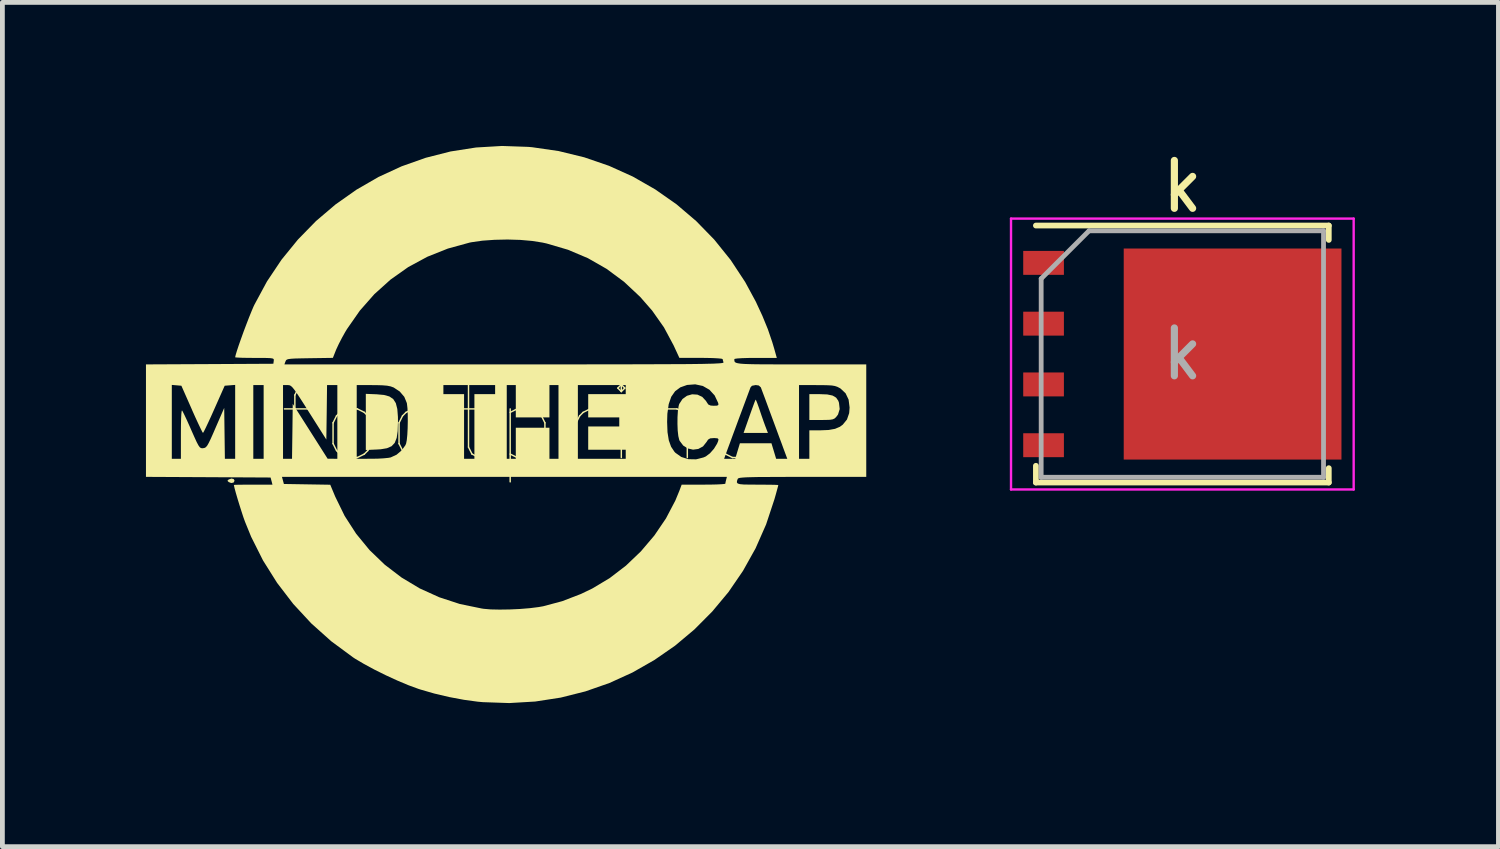
<source format=kicad_pcb>
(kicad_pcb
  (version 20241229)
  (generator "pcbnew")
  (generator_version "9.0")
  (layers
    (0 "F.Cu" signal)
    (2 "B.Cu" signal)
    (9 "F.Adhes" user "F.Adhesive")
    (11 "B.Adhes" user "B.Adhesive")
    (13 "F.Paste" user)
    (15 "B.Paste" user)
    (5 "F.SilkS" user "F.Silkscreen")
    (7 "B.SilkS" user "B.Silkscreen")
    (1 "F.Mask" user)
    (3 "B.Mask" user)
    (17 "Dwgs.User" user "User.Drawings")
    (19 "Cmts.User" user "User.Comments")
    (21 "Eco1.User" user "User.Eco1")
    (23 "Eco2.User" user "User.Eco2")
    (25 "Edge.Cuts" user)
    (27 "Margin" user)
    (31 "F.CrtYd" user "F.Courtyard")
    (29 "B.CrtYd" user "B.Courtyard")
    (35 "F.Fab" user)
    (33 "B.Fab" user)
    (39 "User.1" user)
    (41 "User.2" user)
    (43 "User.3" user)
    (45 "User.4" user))
  (footprint "k"
    (layer "F.Cu")
    (at 21.656 4.348)
    (property "Reference" "k" (at 0 -3.5 0) (layer "F.SilkS") (effects (font (size 1 1) (thickness 0.15))))
    (attr smd)
    (fp_line (start -3.06 2.335) (end -3.06 2.685) (stroke (width 0.12) (type solid)) (layer "F.SilkS"))
    (fp_line (start 3.06 -2.685) (end -3.06 -2.685) (stroke (width 0.12) (type solid)) (layer "F.SilkS"))
    (fp_line (start 3.06 -2.385) (end 3.06 -2.685) (stroke (width 0.12) (type solid)) (layer "F.SilkS"))
    (fp_line (start 3.06 2.385) (end 3.06 2.685) (stroke (width 0.12) (type solid)) (layer "F.SilkS"))
    (fp_line (start 3.06 2.685) (end -3.06 2.685) (stroke (width 0.12) (type solid)) (layer "F.SilkS"))
    (fp_line (start -3.58 -2.83) (end -3.58 2.83) (stroke (width 0.05) (type solid)) (layer "F.CrtYd"))
    (fp_line (start -3.58 2.83) (end 3.58 2.83) (stroke (width 0.05) (type solid)) (layer "F.CrtYd"))
    (fp_line (start 3.58 -2.83) (end -3.58 -2.83) (stroke (width 0.05) (type solid)) (layer "F.CrtYd"))
    (fp_line (start 3.58 2.83) (end 3.58 -2.83) (stroke (width 0.05) (type solid)) (layer "F.CrtYd"))
    (fp_line (start -2.95 2.575) (end -2.95 -1.575) (stroke (width 0.1) (type solid)) (layer "F.Fab"))
    (fp_line (start -1.95 -2.575) (end -2.95 -1.575) (stroke (width 0.1) (type solid)) (layer "F.Fab"))
    (fp_line (start -1.95 -2.575) (end 2.95 -2.575) (stroke (width 0.1) (type solid)) (layer "F.Fab"))
    (fp_line (start 2.95 -2.575) (end 2.95 2.575) (stroke (width 0.1) (type solid)) (layer "F.Fab"))
    (fp_line (start 2.95 2.575) (end -2.95 2.575) (stroke (width 0.1) (type solid)) (layer "F.Fab"))
    (fp_text user "${REFERENCE}" (at 0 0 0) (layer "F.Fab") (effects (font (size 1 1) (thickness 0.15))))
    (pad "" smd rect (at -0.2 -0.85) (size 1.5 1.5) (layers "F.Paste"))
    (pad "" smd rect (at -0.2 0.85) (size 1.5 1.5) (layers "F.Paste"))
    (pad "" smd custom (at 0.65 0) (size 3.75 4.41) (layers "F.Mask") (options (anchor rect)) (primitives (gr_poly (pts (xy 2.675 -1.605) (xy 1.875 -1.605) (xy 1.875 -2.205) (xy 2.675 -2.205)) (width 0) (fill yes)) (gr_poly (pts (xy 2.675 -0.335) (xy 1.875 -0.335) (xy 1.875 -0.935) (xy 2.675 -0.935)) (width 0) (fill yes)) (gr_poly (pts (xy 2.675 0.935) (xy 1.875 0.935) (xy 1.875 0.335) (xy 2.675 0.335)) (width 0) (fill yes)) (gr_poly (pts (xy 2.675 2.205) (xy 1.875 2.205) (xy 1.875 1.605) (xy 2.675 1.605)) (width 0) (fill yes))))
    (pad "" smd rect (at 1.5 -0.85) (size 1.5 1.5) (layers "F.Paste"))
    (pad "" smd rect (at 1.5 0.85) (size 1.5 1.5) (layers "F.Paste"))
    (pad "" smd rect (at 2.905 -1.905) (size 0.75 0.5) (layers "F.Paste"))
    (pad "" smd rect (at 2.905 -0.635) (size 0.75 0.5) (layers "F.Paste"))
    (pad "" smd rect (at 2.905 0.635) (size 0.75 0.5) (layers "F.Paste"))
    (pad "" smd rect (at 2.905 1.905) (size 0.75 0.5) (layers "F.Paste"))
    (pad "1" smd rect (at -2.9 -1.905) (size 0.85 0.5) (layers "F.Cu" "F.Mask" "F.Paste"))
    (pad "2" smd rect (at -2.9 -0.635) (size 0.85 0.5) (layers "F.Cu" "F.Mask" "F.Paste"))
    (pad "3" smd rect (at -2.9 0.635) (size 0.85 0.5) (layers "F.Cu" "F.Mask" "F.Paste"))
    (pad "4" smd rect (at -2.9 1.905) (size 0.85 0.5) (layers "F.Cu" "F.Mask" "F.Paste"))
    (pad "5" smd rect (at 1.05 0) (size 4.55 4.41) (layers "F.Cu")))
  (footprint "footprint"
    (layer "F.Cu")
    (at 7.647 5.807)
    (property "Reference" "footprint" (at 0 0 0) (layer "F.SilkS") (effects (font (size 1.524 1.524) (thickness 0.03))))
    (attr board_only exclude_from_pos_files exclude_from_bom)
    (fp_poly (pts (xy -5.813 1.154) (xy -5.796 1.189) (xy -5.817 1.227) (xy -5.866 1.236) (xy -5.918 1.216) (xy -5.945 1.19) (xy -5.923 1.166) (xy -5.918 1.162) (xy -5.86 1.142)) (stroke (width 0) (type solid)) (fill yes) (layer "F.SilkS"))
    (fp_poly (pts (xy 5.104 -0.488) (xy 5.128 -0.428) (xy 5.16 -0.339) (xy 5.176 -0.292) (xy 5.217 -0.17) (xy 5.259 -0.05) (xy 5.294 0.046) (xy 5.3 0.061) (xy 5.349 0.189) (xy 4.841 0.189) (xy 4.962 -0.155) (xy 5.007 -0.282) (xy 5.046 -0.389) (xy 5.075 -0.467) (xy 5.091 -0.505) (xy 5.092 -0.508)) (stroke (width 0) (type solid)) (fill yes) (layer "F.SilkS"))
    (fp_poly (pts (xy 6.588 -0.615) (xy 6.699 -0.592) (xy 6.773 -0.549) (xy 6.819 -0.484) (xy 6.834 -0.441) (xy 6.849 -0.309) (xy 6.814 -0.195) (xy 6.774 -0.142) (xy 6.743 -0.113) (xy 6.704 -0.095) (xy 6.645 -0.085) (xy 6.553 -0.082) (xy 6.467 -0.081) (xy 6.215 -0.081) (xy 6.215 -0.621) (xy 6.432 -0.621)) (stroke (width 0) (type solid)) (fill yes) (layer "F.SilkS"))
    (fp_poly (pts (xy -2.826 -0.618) (xy -2.674 -0.604) (xy -2.561 -0.573) (xy -2.48 -0.518) (xy -2.426 -0.433) (xy -2.395 -0.311) (xy -2.382 -0.145) (xy -2.381 -0.041) (xy -2.387 0.15) (xy -2.408 0.293) (xy -2.449 0.397) (xy -2.515 0.467) (xy -2.611 0.509) (xy -2.742 0.531) (xy -2.826 0.536) (xy -3.053 0.546) (xy -3.053 -0.627)) (stroke (width 0) (type solid)) (fill yes) (layer "F.SilkS"))
    (fp_poly (pts (xy 0.34 -5.788) (xy 0.421 -5.781) (xy 0.974 -5.701) (xy 1.511 -5.57) (xy 2.029 -5.392) (xy 2.525 -5.168) (xy 2.995 -4.899) (xy 3.438 -4.589) (xy 3.85 -4.238) (xy 4.229 -3.849) (xy 4.571 -3.424) (xy 4.874 -2.964) (xy 5.096 -2.554) (xy 5.235 -2.254) (xy 5.348 -1.978) (xy 5.44 -1.708) (xy 5.48 -1.574) (xy 5.535 -1.378) (xy 5.091 -1.378) (xy 4.938 -1.377) (xy 4.809 -1.373) (xy 4.713 -1.367) (xy 4.658 -1.359) (xy 4.648 -1.353) (xy 4.648 -1.329) (xy 4.65 -1.308) (xy 4.66 -1.291) (xy 4.682 -1.277) (xy 4.719 -1.267) (xy 4.777 -1.258) (xy 4.859 -1.252) (xy 4.97 -1.248) (xy 5.114 -1.245) (xy 5.296 -1.244) (xy 5.519 -1.243) (xy 5.789 -1.243) (xy 6.042 -1.243) (xy 7.404 -1.243) (xy 7.404 1.108) (xy 6.069 1.108) (xy 5.764 1.108) (xy 5.508 1.109) (xy 5.298 1.11) (xy 5.128 1.111) (xy 4.995 1.114) (xy 4.894 1.117) (xy 4.821 1.122) (xy 4.771 1.127) (xy 4.74 1.134) (xy 4.724 1.143) (xy 4.718 1.151) (xy 4.703 1.194) (xy 4.701 1.225) (xy 4.72 1.247) (xy 4.765 1.26) (xy 4.843 1.267) (xy 4.961 1.269) (xy 5.127 1.27) (xy 5.134 1.27) (xy 5.28 1.271) (xy 5.405 1.272) (xy 5.5 1.274) (xy 5.555 1.277) (xy 5.566 1.279) (xy 5.56 1.307) (xy 5.541 1.376) (xy 5.514 1.475) (xy 5.485 1.576) (xy 5.311 2.102) (xy 5.091 2.601) (xy 4.828 3.072) (xy 4.526 3.513) (xy 4.186 3.921) (xy 3.813 4.296) (xy 3.409 4.635) (xy 2.976 4.935) (xy 2.518 5.196) (xy 2.037 5.415) (xy 1.536 5.59) (xy 1.019 5.72) (xy 0.487 5.802) (xy -0.056 5.834) (xy -0.608 5.815) (xy -0.716 5.805) (xy -1.002 5.766) (xy -1.312 5.708) (xy -1.625 5.634) (xy -1.915 5.55) (xy -1.955 5.537) (xy -2.16 5.462) (xy -2.391 5.365) (xy -2.633 5.254) (xy -2.871 5.136) (xy -3.091 5.017) (xy -3.279 4.906) (xy -3.324 4.876) (xy -3.776 4.542) (xy -4.192 4.17) (xy -4.57 3.762) (xy -4.907 3.322) (xy -5.201 2.854) (xy -5.449 2.36) (xy -5.577 2.046) (xy -5.612 1.949) (xy -5.651 1.829) (xy -5.693 1.697) (xy -5.733 1.566) (xy -5.768 1.446) (xy -5.794 1.35) (xy -5.808 1.289) (xy -5.81 1.277) (xy -5.784 1.274) (xy -5.714 1.272) (xy -5.609 1.271) (xy -5.477 1.27) (xy -5.407 1.27) (xy -5.004 1.27) (xy -5.023 1.196) (xy -5.043 1.121) (xy -6.345 1.114) (xy -7.551 1.108) (xy -4.805 1.108) (xy -4.765 1.256) (xy -4.281 1.264) (xy -3.796 1.272) (xy -3.692 1.521) (xy -3.495 1.924) (xy -3.255 2.296) (xy -2.975 2.637) (xy -2.658 2.942) (xy -2.307 3.21) (xy -1.927 3.438) (xy -1.519 3.623) (xy -1.088 3.764) (xy -0.637 3.857) (xy -0.594 3.864) (xy -0.445 3.877) (xy -0.257 3.881) (xy -0.047 3.878) (xy 0.169 3.868) (xy 0.376 3.851) (xy 0.558 3.828) (xy 0.654 3.811) (xy 1.051 3.705) (xy 1.438 3.556) (xy 1.678 3.441) (xy 2.041 3.224) (xy 2.382 2.963) (xy 2.695 2.664) (xy 2.976 2.333) (xy 3.218 1.977) (xy 3.415 1.602) (xy 3.499 1.398) (xy 3.547 1.27) (xy 4.003 1.27) (xy 4.153 1.269) (xy 4.282 1.266) (xy 4.382 1.261) (xy 4.443 1.255) (xy 4.459 1.25) (xy 4.466 1.21) (xy 4.476 1.169) (xy 4.492 1.108) (xy -4.805 1.108) (xy -7.551 1.108) (xy -7.647 1.107) (xy -7.647 -0.814) (xy -7.107 -0.814) (xy -7.107 0.73) (xy -6.917 0.73) (xy -6.917 0.211) (xy -6.916 0.041) (xy -6.913 -0.1) (xy -6.908 -0.204) (xy -6.901 -0.267) (xy -6.894 -0.282) (xy -6.875 -0.25) (xy -6.839 -0.177) (xy -6.79 -0.073) (xy -6.733 0.054) (xy -6.7 0.13) (xy -6.635 0.276) (xy -6.588 0.379) (xy -6.552 0.447) (xy -6.524 0.487) (xy -6.499 0.505) (xy -6.473 0.51) (xy -6.451 0.508) (xy -6.421 0.502) (xy -6.395 0.487) (xy -6.367 0.454) (xy -6.335 0.398) (xy -6.293 0.311) (xy -6.237 0.185) (xy -6.193 0.083) (xy -6.012 -0.333) (xy -6.005 0.198) (xy -5.998 0.73) (xy -5.783 0.73) (xy -5.404 0.73) (xy -5.188 0.73) (xy -4.783 0.73) (xy -4.595 0.73) (xy -4.587 0.155) (xy -4.58 -0.419) (xy -4.215 0.155) (xy -3.851 0.728) (xy -3.648 0.73) (xy -3.648 -0.811) (xy -3.243 -0.811) (xy -3.243 0.73) (xy -2.939 0.729) (xy -2.804 0.727) (xy -2.679 0.72) (xy -2.58 0.71) (xy -2.533 0.701) (xy -2.411 0.645) (xy -2.304 0.555) (xy -2.227 0.448) (xy -2.211 0.411) (xy -2.197 0.339) (xy -2.186 0.229) (xy -2.179 0.092) (xy -2.176 -0.056) (xy -2.177 -0.201) (xy -2.183 -0.328) (xy -2.194 -0.425) (xy -2.197 -0.438) (xy -2.249 -0.565) (xy -2.297 -0.621) (xy -1.432 -0.621) (xy -1 -0.621) (xy -1 0.73) (xy -0.784 0.73) (xy -0.108 0.73) (xy 0.081 0.73) (xy 0.081 0.081) (xy 0.784 0.081) (xy 0.784 0.73) (xy 0.973 0.73) (xy 1.378 0.73) (xy 2.378 0.73) (xy 2.378 0.54) (xy 1.594 0.54) (xy 1.594 0.054) (xy 2.243 0.054) (xy 2.243 -0.041) (xy 3.243 -0.041) (xy 3.251 0.174) (xy 3.278 0.344) (xy 3.326 0.478) (xy 3.396 0.583) (xy 3.417 0.605) (xy 3.54 0.692) (xy 3.688 0.738) (xy 3.847 0.741) (xy 3.894 0.73) (xy 4.434 0.73) (xy 4.666 0.73) (xy 4.715 0.567) (xy 4.764 0.405) (xy 5.423 0.405) (xy 5.472 0.567) (xy 5.521 0.73) (xy 5.754 0.73) (xy 5.671 0.507) (xy 5.635 0.408) (xy 5.584 0.272) (xy 5.525 0.111) (xy 5.461 -0.062) (xy 5.404 -0.216) (xy 5.346 -0.373) (xy 5.294 -0.515) (xy 5.25 -0.632) (xy 5.218 -0.717) (xy 5.202 -0.761) (xy 5.201 -0.763) (xy 5.158 -0.802) (xy 5.094 -0.811) (xy 5.999 -0.811) (xy 5.999 0.73) (xy 6.215 0.73) (xy 6.215 0.135) (xy 6.441 0.135) (xy 6.617 0.128) (xy 6.751 0.104) (xy 6.853 0.061) (xy 6.913 0.017) (xy 7.001 -0.091) (xy 7.047 -0.224) (xy 7.056 -0.342) (xy 7.035 -0.507) (xy 6.972 -0.639) (xy 6.868 -0.737) (xy 6.848 -0.749) (xy 6.8 -0.774) (xy 6.749 -0.791) (xy 6.686 -0.802) (xy 6.598 -0.807) (xy 6.474 -0.81) (xy 6.37 -0.81) (xy 5.999 -0.811) (xy 5.094 -0.811) (xy 5.016 -0.796) (xy 4.986 -0.763) (xy 4.972 -0.726) (xy 4.942 -0.646) (xy 4.9 -0.533) (xy 4.848 -0.393) (xy 4.79 -0.237) (xy 4.728 -0.071) (xy 4.667 0.095) (xy 4.608 0.254) (xy 4.556 0.396) (xy 4.512 0.514) (xy 4.481 0.599) (xy 4.471 0.628) (xy 4.434 0.73) (xy 3.894 0.73) (xy 4.005 0.701) (xy 4.052 0.68) (xy 4.138 0.615) (xy 4.222 0.52) (xy 4.287 0.414) (xy 4.31 0.358) (xy 4.316 0.319) (xy 4.296 0.302) (xy 4.237 0.297) (xy 4.218 0.297) (xy 4.142 0.303) (xy 4.098 0.33) (xy 4.067 0.378) (xy 3.993 0.471) (xy 3.895 0.524) (xy 3.785 0.539) (xy 3.676 0.514) (xy 3.579 0.453) (xy 3.505 0.355) (xy 3.496 0.334) (xy 3.477 0.255) (xy 3.464 0.139) (xy 3.459 0.002) (xy 3.46 -0.14) (xy 3.468 -0.271) (xy 3.484 -0.374) (xy 3.496 -0.415) (xy 3.564 -0.519) (xy 3.658 -0.587) (xy 3.766 -0.618) (xy 3.876 -0.611) (xy 3.977 -0.564) (xy 4.056 -0.478) (xy 4.067 -0.459) (xy 4.103 -0.405) (xy 4.151 -0.383) (xy 4.218 -0.378) (xy 4.287 -0.381) (xy 4.314 -0.395) (xy 4.312 -0.428) (xy 4.309 -0.439) (xy 4.236 -0.594) (xy 4.127 -0.713) (xy 3.989 -0.792) (xy 3.83 -0.826) (xy 3.66 -0.813) (xy 3.519 -0.763) (xy 3.41 -0.682) (xy 3.329 -0.566) (xy 3.276 -0.411) (xy 3.248 -0.212) (xy 3.243 -0.041) (xy 2.243 -0.041) (xy 2.243 -0.135) (xy 1.594 -0.135) (xy 1.594 -0.621) (xy 2.378 -0.621) (xy 2.378 -0.811) (xy 1.378 -0.811) (xy 1.378 0.73) (xy 0.973 0.73) (xy 0.973 -0.811) (xy 0.784 -0.811) (xy 0.784 -0.135) (xy 0.081 -0.135) (xy 0.081 -0.811) (xy -0.108 -0.811) (xy -0.108 0.73) (xy -0.784 0.73) (xy -0.784 -0.621) (xy -0.351 -0.621) (xy -0.351 -0.811) (xy -1.432 -0.811) (xy -1.432 -0.621) (xy -2.297 -0.621) (xy -2.344 -0.676) (xy -2.468 -0.758) (xy -2.471 -0.76) (xy -2.534 -0.783) (xy -2.609 -0.798) (xy -2.71 -0.806) (xy -2.849 -0.81) (xy -2.912 -0.81) (xy -3.243 -0.811) (xy -3.648 -0.811) (xy -3.863 -0.811) (xy -3.87 -0.241) (xy -3.878 0.328) (xy -4.238 -0.241) (xy -4.349 -0.417) (xy -4.436 -0.552) (xy -4.502 -0.652) (xy -4.553 -0.722) (xy -4.591 -0.768) (xy -4.621 -0.794) (xy -4.648 -0.807) (xy -4.675 -0.81) (xy -4.691 -0.811) (xy -4.783 -0.811) (xy -4.783 0.73) (xy -5.188 0.73) (xy -5.188 -0.811) (xy -5.404 -0.811) (xy -5.404 0.73) (xy -5.783 0.73) (xy -5.783 -0.814) (xy -6.002 -0.797) (xy -6.221 -0.304) (xy -6.288 -0.154) (xy -6.349 -0.022) (xy -6.399 0.084) (xy -6.435 0.156) (xy -6.454 0.188) (xy -6.456 0.189) (xy -6.471 0.166) (xy -6.504 0.1) (xy -6.552 -0.000461) (xy -6.611 -0.128) (xy -6.677 -0.275) (xy -6.689 -0.304) (xy -6.907 -0.797) (xy -7.107 -0.814) (xy -7.647 -0.814) (xy -7.647 -1.242) (xy -7.55 -1.243) (xy -4.754 -1.243) (xy -0.158 -1.243) (xy 0.428 -1.243) (xy 0.963 -1.243) (xy 1.449 -1.243) (xy 1.887 -1.244) (xy 2.281 -1.244) (xy 2.633 -1.245) (xy 2.944 -1.246) (xy 3.218 -1.247) (xy 3.457 -1.248) (xy 3.663 -1.249) (xy 3.838 -1.251) (xy 3.984 -1.253) (xy 4.105 -1.256) (xy 4.202 -1.258) (xy 4.278 -1.262) (xy 4.335 -1.265) (xy 4.376 -1.269) (xy 4.402 -1.273) (xy 4.416 -1.278) (xy 4.421 -1.283) (xy 4.421 -1.286) (xy 4.406 -1.337) (xy 4.404 -1.353) (xy 4.379 -1.362) (xy 4.307 -1.369) (xy 4.197 -1.375) (xy 4.058 -1.378) (xy 3.952 -1.379) (xy 3.499 -1.379) (xy 3.379 -1.639) (xy 3.177 -2.016) (xy 2.93 -2.367) (xy 2.681 -2.652) (xy 2.341 -2.97) (xy 1.978 -3.239) (xy 1.588 -3.462) (xy 1.172 -3.638) (xy 0.726 -3.769) (xy 0.64 -3.788) (xy 0.426 -3.822) (xy 0.176 -3.844) (xy -0.092 -3.852) (xy -0.363 -3.846) (xy -0.618 -3.828) (xy -0.841 -3.796) (xy -0.883 -3.788) (xy -1.338 -3.663) (xy -1.767 -3.492) (xy -2.167 -3.276) (xy -2.536 -3.015) (xy -2.874 -2.711) (xy -3.178 -2.366) (xy -3.447 -1.98) (xy -3.484 -1.919) (xy -3.551 -1.799) (xy -3.616 -1.673) (xy -3.667 -1.564) (xy -3.677 -1.541) (xy -3.741 -1.379) (xy -4.225 -1.372) (xy -4.398 -1.369) (xy -4.524 -1.366) (xy -4.611 -1.361) (xy -4.668 -1.354) (xy -4.701 -1.344) (xy -4.72 -1.329) (xy -4.73 -1.308) (xy -4.732 -1.304) (xy -4.754 -1.243) (xy -7.55 -1.243) (xy -6.316 -1.249) (xy -4.985 -1.256) (xy -4.977 -1.317) (xy -4.975 -1.341) (xy -4.982 -1.357) (xy -5.006 -1.368) (xy -5.055 -1.374) (xy -5.136 -1.377) (xy -5.258 -1.378) (xy -5.375 -1.378) (xy -5.517 -1.379) (xy -5.637 -1.381) (xy -5.726 -1.385) (xy -5.776 -1.389) (xy -5.783 -1.392) (xy -5.773 -1.438) (xy -5.747 -1.525) (xy -5.708 -1.643) (xy -5.659 -1.782) (xy -5.605 -1.932) (xy -5.547 -2.085) (xy -5.491 -2.23) (xy -5.439 -2.358) (xy -5.396 -2.459) (xy -5.383 -2.486) (xy -5.119 -2.975) (xy -4.814 -3.431) (xy -4.471 -3.852) (xy -4.094 -4.238) (xy -3.686 -4.585) (xy -3.249 -4.893) (xy -2.788 -5.159) (xy -2.304 -5.382) (xy -1.801 -5.56) (xy -1.282 -5.692) (xy -0.75 -5.775) (xy -0.208 -5.807)) (stroke (width 0) (type solid)) (fill yes) (layer "F.SilkS")))
  (gr_rect
    (start -3 -3)
    (end 28.261 14.641)
    (stroke (width 0.1) (type default))
    (fill no)
    (layer "Edge.Cuts")))
</source>
